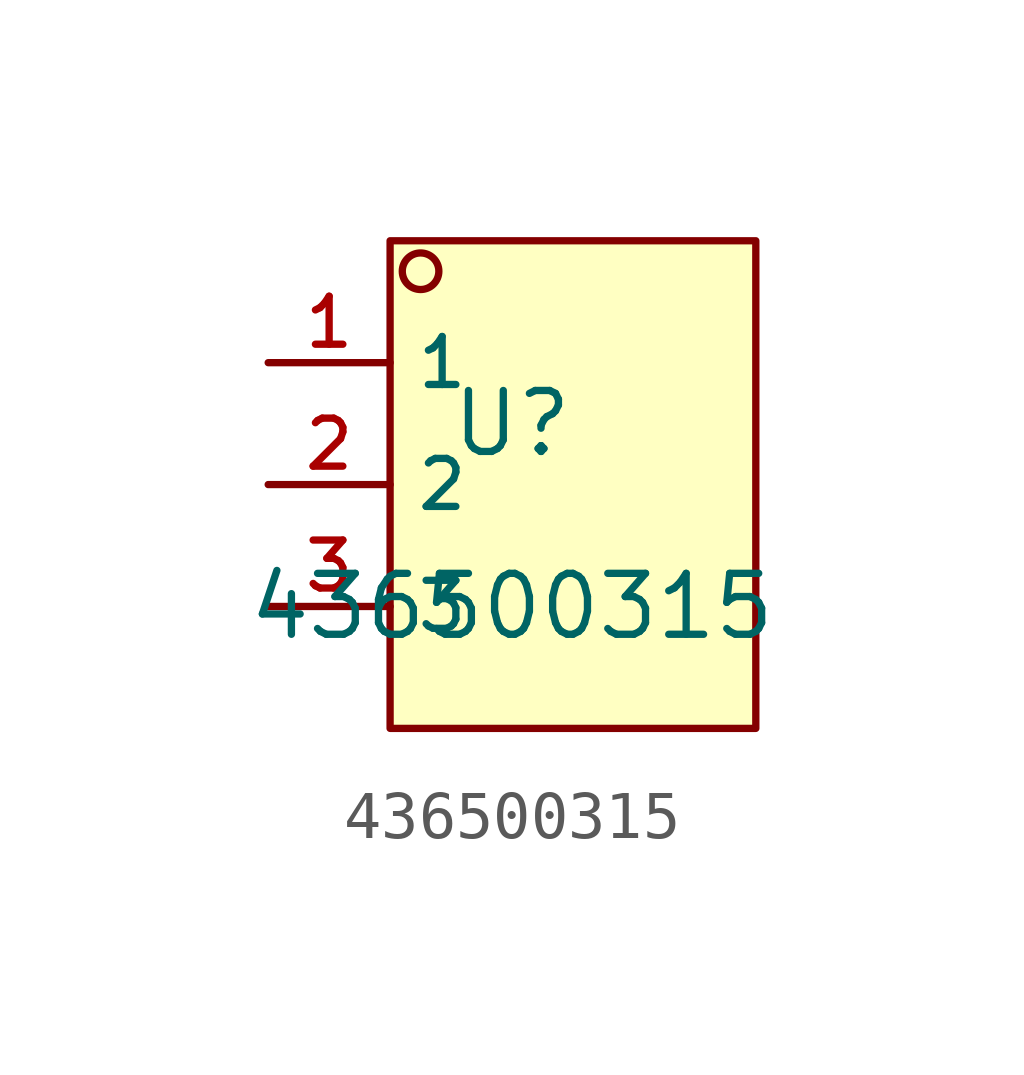
<source format=kicad_sym>
(kicad_symbol_lib
  (version 20210201)
  (generator TousstNicolas/JLC2KiCad_lib)
  (symbol "436500315"
    (property "Reference" "U"
      (at 0 1.27 0)
      (effects (font (size 1.27 1.27))))
    (property "Value" "436500315"
      (at 0 -2.54 0)
      (effects (font (size 1.27 1.27))))
    (symbol "436500315_0_1"
      (rectangle (start -2.54 5.08) (end 5.08 -5.08) (stroke (width 0) (type default) (color 0 0 0 0)) (fill (type background)))
      (circle (center -1.905 4.445) (radius 0.381) (stroke (width 0) (type default) (color 0 0 0 0)) (fill (type background)))
      (pin unspecified line (at -5.08 2.54 0) (length 2.54) (name "1" (effects (font (size 1 1)))) (number "1" (effects (font (size 1 1)))))
      (pin unspecified line (at -5.08 -0.0 0) (length 2.54) (name "2" (effects (font (size 1 1)))) (number "2" (effects (font (size 1 1)))))
      (pin unspecified line (at -5.08 -2.54 0) (length 2.54) (name "3" (effects (font (size 1 1)))) (number "3" (effects (font (size 1 1))))))))
</source>
